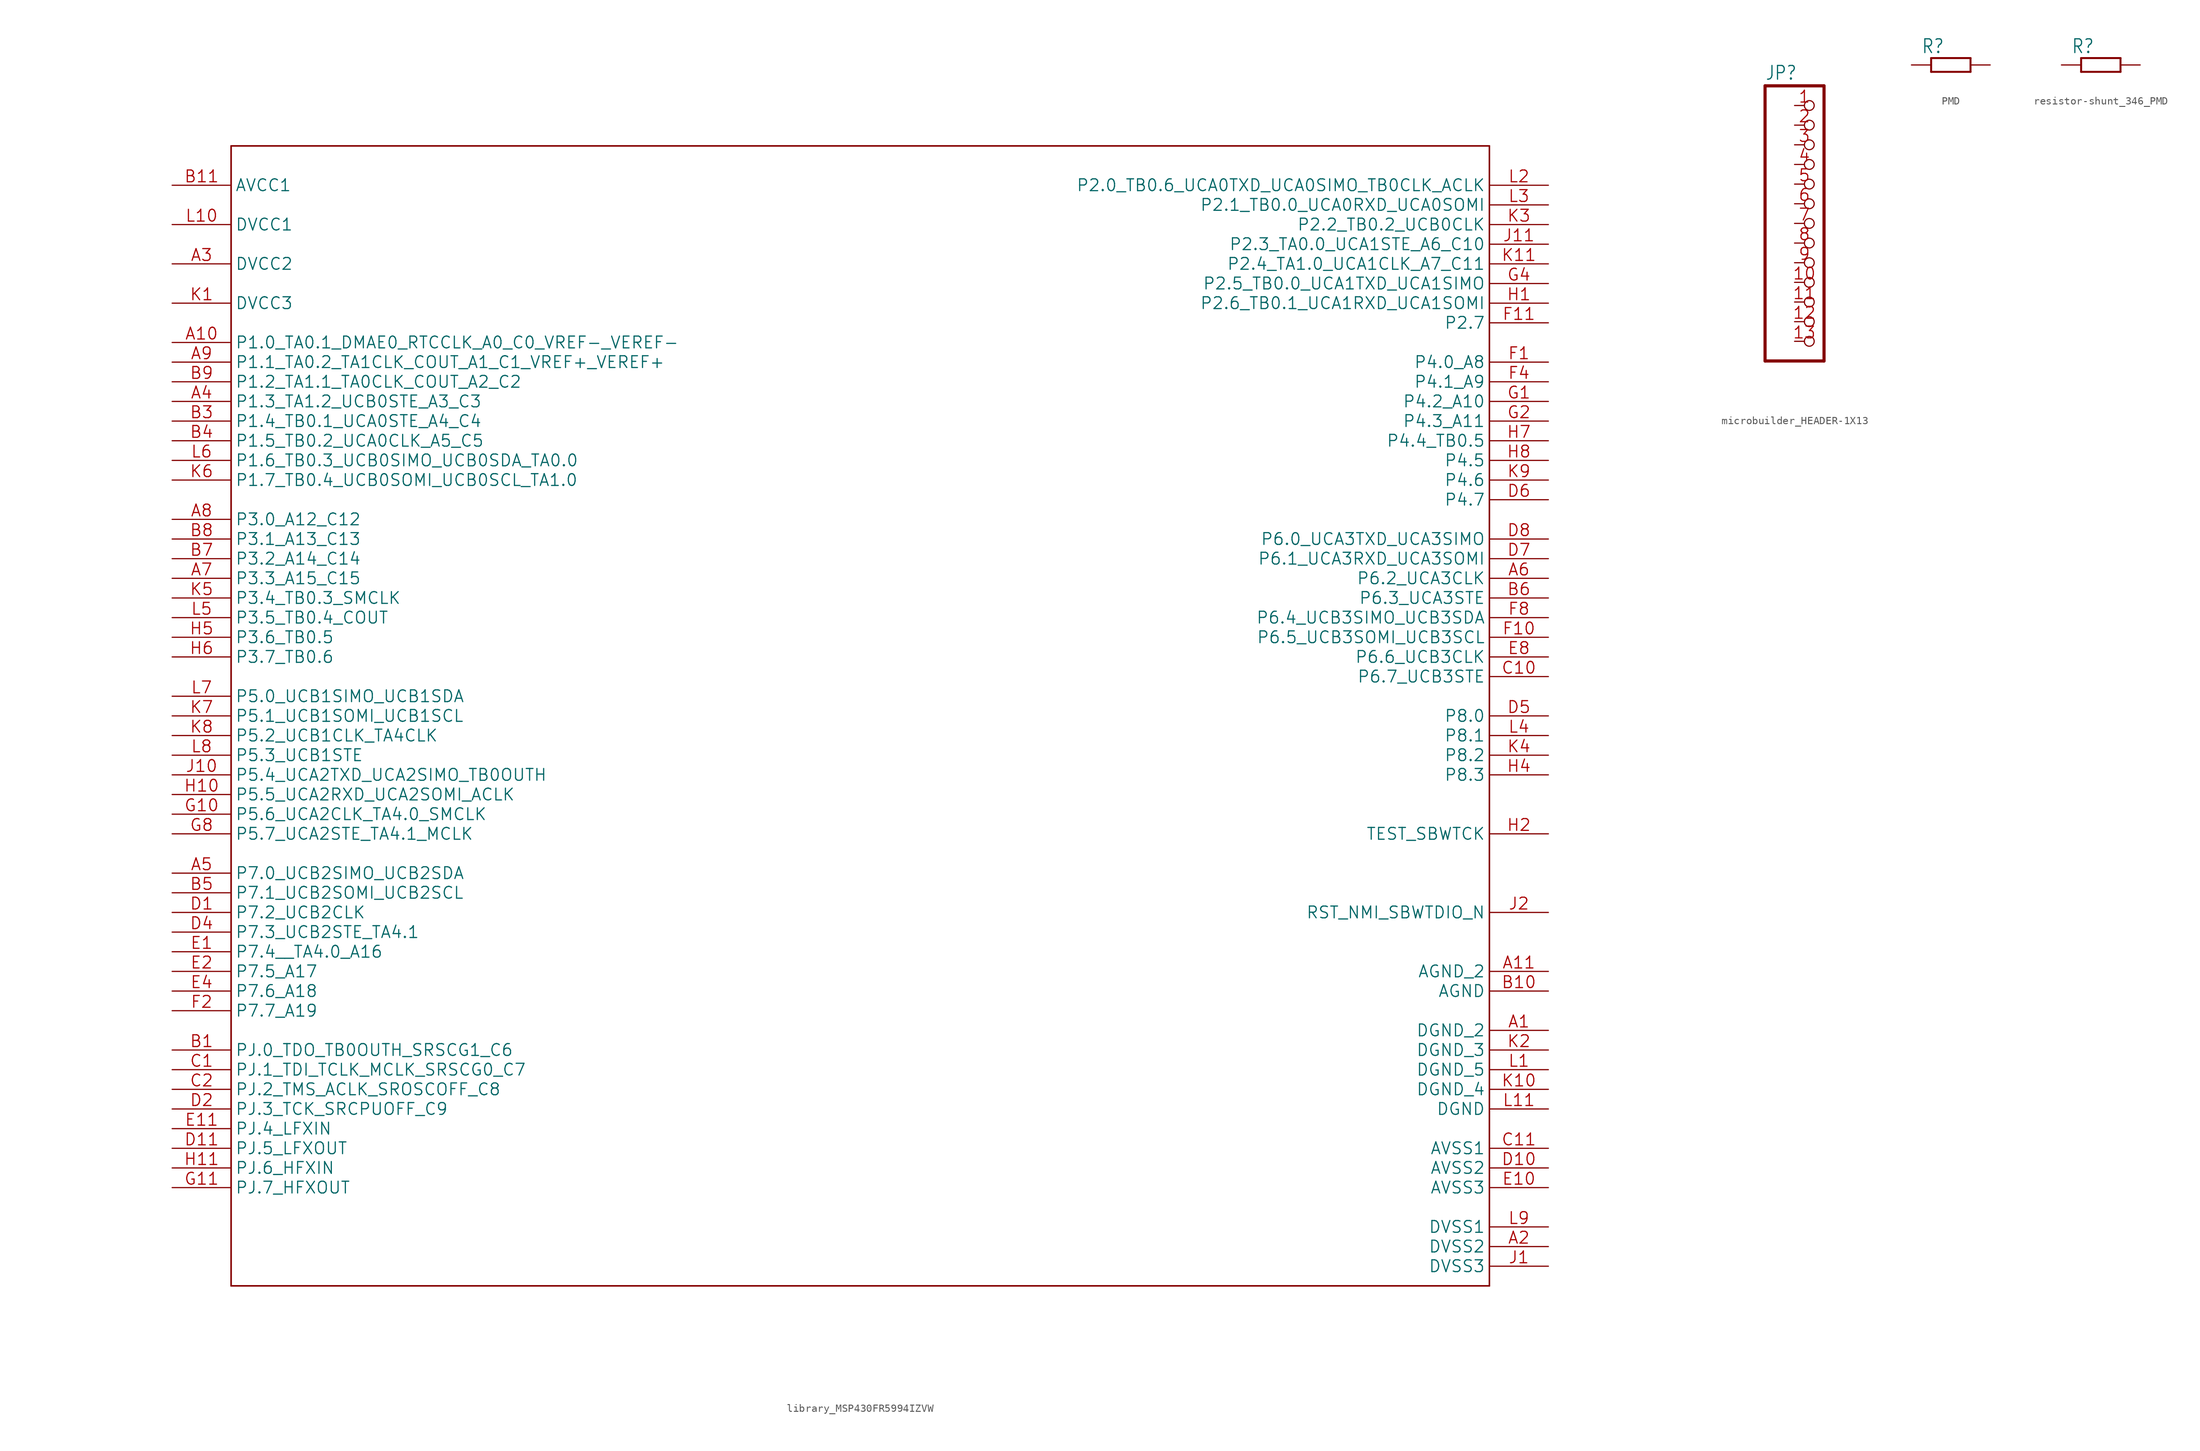
<source format=kicad_sym>
(kicad_symbol_lib
  (version 20241209)
  (generator "kicad_symbol_editor")
  (generator_version "9.0")
  (symbol "library_MSP430FR5994IZVW"
    (property "Reference" "U"
      (at -4.724 1.499 0)
      (effects (font (size 2.083 1.77)) (justify left bottom) (hide yes)))
    (property "ki_locked" ""
      (at 0 0 0)
      (effects (font (size 1.27 1.27))))
    (symbol "library_MSP430FR5994IZVW_1_0"
      (polyline (pts (xy -81.28 73.66) (xy -81.28 -73.66)) (stroke (width 0.203) (type solid)) (fill (type none)))
      (polyline (pts (xy -81.28 -73.66) (xy 81.28 -73.66)) (stroke (width 0.203) (type solid)) (fill (type none)))
      (polyline (pts (xy 81.28 73.66) (xy -81.28 73.66)) (stroke (width 0.203) (type solid)) (fill (type none)))
      (polyline (pts (xy 81.28 -73.66) (xy 81.28 73.66)) (stroke (width 0.203) (type solid)) (fill (type none)))
      (pin power_in line (at -88.9 68.58 0) (length 7.62) (name "AVCC1" (effects (font (size 1.524 1.524)))) (number "B11" (effects (font (size 1.524 1.524)))))
      (pin power_in line (at -88.9 63.5 0) (length 7.62) (name "DVCC1" (effects (font (size 1.524 1.524)))) (number "L10" (effects (font (size 1.524 1.524)))))
      (pin power_in line (at -88.9 58.42 0) (length 7.62) (name "DVCC2" (effects (font (size 1.524 1.524)))) (number "A3" (effects (font (size 1.524 1.524)))))
      (pin power_in line (at -88.9 53.34 0) (length 7.62) (name "DVCC3" (effects (font (size 1.524 1.524)))) (number "K1" (effects (font (size 1.524 1.524)))))
      (pin bidirectional line (at -88.9 48.26 0) (length 7.62) (name "P1.0_TA0.1_DMAE0_RTCCLK_A0_C0_VREF-_VEREF-" (effects (font (size 1.524 1.524)))) (number "A10" (effects (font (size 1.524 1.524)))))
      (pin bidirectional line (at -88.9 45.72 0) (length 7.62) (name "P1.1_TA0.2_TA1CLK_COUT_A1_C1_VREF+_VEREF+" (effects (font (size 1.524 1.524)))) (number "A9" (effects (font (size 1.524 1.524)))))
      (pin bidirectional line (at -88.9 43.18 0) (length 7.62) (name "P1.2_TA1.1_TA0CLK_COUT_A2_C2" (effects (font (size 1.524 1.524)))) (number "B9" (effects (font (size 1.524 1.524)))))
      (pin bidirectional line (at -88.9 40.64 0) (length 7.62) (name "P1.3_TA1.2_UCB0STE_A3_C3" (effects (font (size 1.524 1.524)))) (number "A4" (effects (font (size 1.524 1.524)))))
      (pin bidirectional line (at -88.9 38.1 0) (length 7.62) (name "P1.4_TB0.1_UCA0STE_A4_C4" (effects (font (size 1.524 1.524)))) (number "B3" (effects (font (size 1.524 1.524)))))
      (pin bidirectional line (at -88.9 35.56 0) (length 7.62) (name "P1.5_TB0.2_UCA0CLK_A5_C5" (effects (font (size 1.524 1.524)))) (number "B4" (effects (font (size 1.524 1.524)))))
      (pin bidirectional line (at -88.9 33.02 0) (length 7.62) (name "P1.6_TB0.3_UCB0SIMO_UCB0SDA_TA0.0" (effects (font (size 1.524 1.524)))) (number "L6" (effects (font (size 1.524 1.524)))))
      (pin bidirectional line (at -88.9 30.48 0) (length 7.62) (name "P1.7_TB0.4_UCB0SOMI_UCB0SCL_TA1.0" (effects (font (size 1.524 1.524)))) (number "K6" (effects (font (size 1.524 1.524)))))
      (pin bidirectional line (at -88.9 25.4 0) (length 7.62) (name "P3.0_A12_C12" (effects (font (size 1.524 1.524)))) (number "A8" (effects (font (size 1.524 1.524)))))
      (pin bidirectional line (at -88.9 22.86 0) (length 7.62) (name "P3.1_A13_C13" (effects (font (size 1.524 1.524)))) (number "B8" (effects (font (size 1.524 1.524)))))
      (pin bidirectional line (at -88.9 20.32 0) (length 7.62) (name "P3.2_A14_C14" (effects (font (size 1.524 1.524)))) (number "B7" (effects (font (size 1.524 1.524)))))
      (pin bidirectional line (at -88.9 17.78 0) (length 7.62) (name "P3.3_A15_C15" (effects (font (size 1.524 1.524)))) (number "A7" (effects (font (size 1.524 1.524)))))
      (pin bidirectional line (at -88.9 15.24 0) (length 7.62) (name "P3.4_TB0.3_SMCLK" (effects (font (size 1.524 1.524)))) (number "K5" (effects (font (size 1.524 1.524)))))
      (pin bidirectional line (at -88.9 12.7 0) (length 7.62) (name "P3.5_TB0.4_COUT" (effects (font (size 1.524 1.524)))) (number "L5" (effects (font (size 1.524 1.524)))))
      (pin bidirectional line (at -88.9 10.16 0) (length 7.62) (name "P3.6_TB0.5" (effects (font (size 1.524 1.524)))) (number "H5" (effects (font (size 1.524 1.524)))))
      (pin bidirectional line (at -88.9 7.62 0) (length 7.62) (name "P3.7_TB0.6" (effects (font (size 1.524 1.524)))) (number "H6" (effects (font (size 1.524 1.524)))))
      (pin bidirectional line (at -88.9 2.54 0) (length 7.62) (name "P5.0_UCB1SIMO_UCB1SDA" (effects (font (size 1.524 1.524)))) (number "L7" (effects (font (size 1.524 1.524)))))
      (pin bidirectional line (at -88.9 0 0) (length 7.62) (name "P5.1_UCB1SOMI_UCB1SCL" (effects (font (size 1.524 1.524)))) (number "K7" (effects (font (size 1.524 1.524)))))
      (pin bidirectional line (at -88.9 -2.54 0) (length 7.62) (name "P5.2_UCB1CLK_TA4CLK" (effects (font (size 1.524 1.524)))) (number "K8" (effects (font (size 1.524 1.524)))))
      (pin bidirectional line (at -88.9 -5.08 0) (length 7.62) (name "P5.3_UCB1STE" (effects (font (size 1.524 1.524)))) (number "L8" (effects (font (size 1.524 1.524)))))
      (pin bidirectional line (at -88.9 -7.62 0) (length 7.62) (name "P5.4_UCA2TXD_UCA2SIMO_TB0OUTH" (effects (font (size 1.524 1.524)))) (number "J10" (effects (font (size 1.524 1.524)))))
      (pin bidirectional line (at -88.9 -10.16 0) (length 7.62) (name "P5.5_UCA2RXD_UCA2SOMI_ACLK" (effects (font (size 1.524 1.524)))) (number "H10" (effects (font (size 1.524 1.524)))))
      (pin bidirectional line (at -88.9 -12.7 0) (length 7.62) (name "P5.6_UCA2CLK_TA4.0_SMCLK" (effects (font (size 1.524 1.524)))) (number "G10" (effects (font (size 1.524 1.524)))))
      (pin bidirectional line (at -88.9 -15.24 0) (length 7.62) (name "P5.7_UCA2STE_TA4.1_MCLK" (effects (font (size 1.524 1.524)))) (number "G8" (effects (font (size 1.524 1.524)))))
      (pin bidirectional line (at -88.9 -20.32 0) (length 7.62) (name "P7.0_UCB2SIMO_UCB2SDA" (effects (font (size 1.524 1.524)))) (number "A5" (effects (font (size 1.524 1.524)))))
      (pin bidirectional line (at -88.9 -22.86 0) (length 7.62) (name "P7.1_UCB2SOMI_UCB2SCL" (effects (font (size 1.524 1.524)))) (number "B5" (effects (font (size 1.524 1.524)))))
      (pin bidirectional line (at -88.9 -25.4 0) (length 7.62) (name "P7.2_UCB2CLK" (effects (font (size 1.524 1.524)))) (number "D1" (effects (font (size 1.524 1.524)))))
      (pin bidirectional line (at -88.9 -27.94 0) (length 7.62) (name "P7.3_UCB2STE_TA4.1" (effects (font (size 1.524 1.524)))) (number "D4" (effects (font (size 1.524 1.524)))))
      (pin bidirectional line (at -88.9 -30.48 0) (length 7.62) (name "P7.4__TA4.0_A16" (effects (font (size 1.524 1.524)))) (number "E1" (effects (font (size 1.524 1.524)))))
      (pin bidirectional line (at -88.9 -33.02 0) (length 7.62) (name "P7.5_A17" (effects (font (size 1.524 1.524)))) (number "E2" (effects (font (size 1.524 1.524)))))
      (pin bidirectional line (at -88.9 -35.56 0) (length 7.62) (name "P7.6_A18" (effects (font (size 1.524 1.524)))) (number "E4" (effects (font (size 1.524 1.524)))))
      (pin bidirectional line (at -88.9 -38.1 0) (length 7.62) (name "P7.7_A19" (effects (font (size 1.524 1.524)))) (number "F2" (effects (font (size 1.524 1.524)))))
      (pin bidirectional line (at -88.9 -43.18 0) (length 7.62) (name "PJ.0_TDO_TB0OUTH_SRSCG1_C6" (effects (font (size 1.524 1.524)))) (number "B1" (effects (font (size 1.524 1.524)))))
      (pin bidirectional line (at -88.9 -45.72 0) (length 7.62) (name "PJ.1_TDI_TCLK_MCLK_SRSCG0_C7" (effects (font (size 1.524 1.524)))) (number "C1" (effects (font (size 1.524 1.524)))))
      (pin bidirectional line (at -88.9 -48.26 0) (length 7.62) (name "PJ.2_TMS_ACLK_SROSCOFF_C8" (effects (font (size 1.524 1.524)))) (number "C2" (effects (font (size 1.524 1.524)))))
      (pin bidirectional line (at -88.9 -50.8 0) (length 7.62) (name "PJ.3_TCK_SRCPUOFF_C9" (effects (font (size 1.524 1.524)))) (number "D2" (effects (font (size 1.524 1.524)))))
      (pin bidirectional line (at -88.9 -53.34 0) (length 7.62) (name "PJ.4_LFXIN" (effects (font (size 1.524 1.524)))) (number "E11" (effects (font (size 1.524 1.524)))))
      (pin bidirectional line (at -88.9 -55.88 0) (length 7.62) (name "PJ.5_LFXOUT" (effects (font (size 1.524 1.524)))) (number "D11" (effects (font (size 1.524 1.524)))))
      (pin bidirectional line (at -88.9 -58.42 0) (length 7.62) (name "PJ.6_HFXIN" (effects (font (size 1.524 1.524)))) (number "H11" (effects (font (size 1.524 1.524)))))
      (pin bidirectional line (at -88.9 -60.96 0) (length 7.62) (name "PJ.7_HFXOUT" (effects (font (size 1.524 1.524)))) (number "G11" (effects (font (size 1.524 1.524)))))
      (pin bidirectional line (at 88.9 68.58 180) (length 7.62) (name "P2.0_TB0.6_UCA0TXD_UCA0SIMO_TB0CLK_ACLK" (effects (font (size 1.524 1.524)))) (number "L2" (effects (font (size 1.524 1.524)))))
      (pin bidirectional line (at 88.9 66.04 180) (length 7.62) (name "P2.1_TB0.0_UCA0RXD_UCA0SOMI" (effects (font (size 1.524 1.524)))) (number "L3" (effects (font (size 1.524 1.524)))))
      (pin bidirectional line (at 88.9 63.5 180) (length 7.62) (name "P2.2_TB0.2_UCB0CLK" (effects (font (size 1.524 1.524)))) (number "K3" (effects (font (size 1.524 1.524)))))
      (pin bidirectional line (at 88.9 60.96 180) (length 7.62) (name "P2.3_TA0.0_UCA1STE_A6_C10" (effects (font (size 1.524 1.524)))) (number "J11" (effects (font (size 1.524 1.524)))))
      (pin bidirectional line (at 88.9 58.42 180) (length 7.62) (name "P2.4_TA1.0_UCA1CLK_A7_C11" (effects (font (size 1.524 1.524)))) (number "K11" (effects (font (size 1.524 1.524)))))
      (pin bidirectional line (at 88.9 55.88 180) (length 7.62) (name "P2.5_TB0.0_UCA1TXD_UCA1SIMO" (effects (font (size 1.524 1.524)))) (number "G4" (effects (font (size 1.524 1.524)))))
      (pin bidirectional line (at 88.9 53.34 180) (length 7.62) (name "P2.6_TB0.1_UCA1RXD_UCA1SOMI" (effects (font (size 1.524 1.524)))) (number "H1" (effects (font (size 1.524 1.524)))))
      (pin bidirectional line (at 88.9 50.8 180) (length 7.62) (name "P2.7" (effects (font (size 1.524 1.524)))) (number "F11" (effects (font (size 1.524 1.524)))))
      (pin bidirectional line (at 88.9 45.72 180) (length 7.62) (name "P4.0_A8" (effects (font (size 1.524 1.524)))) (number "F1" (effects (font (size 1.524 1.524)))))
      (pin bidirectional line (at 88.9 43.18 180) (length 7.62) (name "P4.1_A9" (effects (font (size 1.524 1.524)))) (number "F4" (effects (font (size 1.524 1.524)))))
      (pin bidirectional line (at 88.9 40.64 180) (length 7.62) (name "P4.2_A10" (effects (font (size 1.524 1.524)))) (number "G1" (effects (font (size 1.524 1.524)))))
      (pin bidirectional line (at 88.9 38.1 180) (length 7.62) (name "P4.3_A11" (effects (font (size 1.524 1.524)))) (number "G2" (effects (font (size 1.524 1.524)))))
      (pin bidirectional line (at 88.9 35.56 180) (length 7.62) (name "P4.4_TB0.5" (effects (font (size 1.524 1.524)))) (number "H7" (effects (font (size 1.524 1.524)))))
      (pin bidirectional line (at 88.9 33.02 180) (length 7.62) (name "P4.5" (effects (font (size 1.524 1.524)))) (number "H8" (effects (font (size 1.524 1.524)))))
      (pin bidirectional line (at 88.9 30.48 180) (length 7.62) (name "P4.6" (effects (font (size 1.524 1.524)))) (number "K9" (effects (font (size 1.524 1.524)))))
      (pin bidirectional line (at 88.9 27.94 180) (length 7.62) (name "P4.7" (effects (font (size 1.524 1.524)))) (number "D6" (effects (font (size 1.524 1.524)))))
      (pin bidirectional line (at 88.9 22.86 180) (length 7.62) (name "P6.0_UCA3TXD_UCA3SIMO" (effects (font (size 1.524 1.524)))) (number "D8" (effects (font (size 1.524 1.524)))))
      (pin bidirectional line (at 88.9 20.32 180) (length 7.62) (name "P6.1_UCA3RXD_UCA3SOMI" (effects (font (size 1.524 1.524)))) (number "D7" (effects (font (size 1.524 1.524)))))
      (pin bidirectional line (at 88.9 17.78 180) (length 7.62) (name "P6.2_UCA3CLK" (effects (font (size 1.524 1.524)))) (number "A6" (effects (font (size 1.524 1.524)))))
      (pin bidirectional line (at 88.9 15.24 180) (length 7.62) (name "P6.3_UCA3STE" (effects (font (size 1.524 1.524)))) (number "B6" (effects (font (size 1.524 1.524)))))
      (pin bidirectional line (at 88.9 12.7 180) (length 7.62) (name "P6.4_UCB3SIMO_UCB3SDA" (effects (font (size 1.524 1.524)))) (number "F8" (effects (font (size 1.524 1.524)))))
      (pin bidirectional line (at 88.9 10.16 180) (length 7.62) (name "P6.5_UCB3SOMI_UCB3SCL" (effects (font (size 1.524 1.524)))) (number "F10" (effects (font (size 1.524 1.524)))))
      (pin bidirectional line (at 88.9 7.62 180) (length 7.62) (name "P6.6_UCB3CLK" (effects (font (size 1.524 1.524)))) (number "E8" (effects (font (size 1.524 1.524)))))
      (pin bidirectional line (at 88.9 5.08 180) (length 7.62) (name "P6.7_UCB3STE" (effects (font (size 1.524 1.524)))) (number "C10" (effects (font (size 1.524 1.524)))))
      (pin bidirectional line (at 88.9 0 180) (length 7.62) (name "P8.0" (effects (font (size 1.524 1.524)))) (number "D5" (effects (font (size 1.524 1.524)))))
      (pin bidirectional line (at 88.9 -2.54 180) (length 7.62) (name "P8.1" (effects (font (size 1.524 1.524)))) (number "L4" (effects (font (size 1.524 1.524)))))
      (pin bidirectional line (at 88.9 -5.08 180) (length 7.62) (name "P8.2" (effects (font (size 1.524 1.524)))) (number "K4" (effects (font (size 1.524 1.524)))))
      (pin bidirectional line (at 88.9 -7.62 180) (length 7.62) (name "P8.3" (effects (font (size 1.524 1.524)))) (number "H4" (effects (font (size 1.524 1.524)))))
      (pin input line (at 88.9 -15.24 180) (length 7.62) (name "TEST_SBWTCK" (effects (font (size 1.524 1.524)))) (number "H2" (effects (font (size 1.524 1.524)))))
      (pin bidirectional line (at 88.9 -25.4 180) (length 7.62) (name "RST_NMI_SBWTDIO_N" (effects (font (size 1.524 1.524)))) (number "J2" (effects (font (size 1.524 1.524)))))
      (pin power_in line (at 88.9 -33.02 180) (length 7.62) (name "AGND_2" (effects (font (size 1.524 1.524)))) (number "A11" (effects (font (size 1.524 1.524)))))
      (pin power_in line (at 88.9 -35.56 180) (length 7.62) (name "AGND" (effects (font (size 1.524 1.524)))) (number "B10" (effects (font (size 1.524 1.524)))))
      (pin power_in line (at 88.9 -40.64 180) (length 7.62) (name "DGND_2" (effects (font (size 1.524 1.524)))) (number "A1" (effects (font (size 1.524 1.524)))))
      (pin power_in line (at 88.9 -43.18 180) (length 7.62) (name "DGND_3" (effects (font (size 1.524 1.524)))) (number "K2" (effects (font (size 1.524 1.524)))))
      (pin power_in line (at 88.9 -45.72 180) (length 7.62) (name "DGND_5" (effects (font (size 1.524 1.524)))) (number "L1" (effects (font (size 1.524 1.524)))))
      (pin power_in line (at 88.9 -48.26 180) (length 7.62) (name "DGND_4" (effects (font (size 1.524 1.524)))) (number "K10" (effects (font (size 1.524 1.524)))))
      (pin power_in line (at 88.9 -50.8 180) (length 7.62) (name "DGND" (effects (font (size 1.524 1.524)))) (number "L11" (effects (font (size 1.524 1.524)))))
      (pin power_in line (at 88.9 -55.88 180) (length 7.62) (name "AVSS1" (effects (font (size 1.524 1.524)))) (number "C11" (effects (font (size 1.524 1.524)))))
      (pin power_in line (at 88.9 -58.42 180) (length 7.62) (name "AVSS2" (effects (font (size 1.524 1.524)))) (number "D10" (effects (font (size 1.524 1.524)))))
      (pin power_in line (at 88.9 -60.96 180) (length 7.62) (name "AVSS3" (effects (font (size 1.524 1.524)))) (number "E10" (effects (font (size 1.524 1.524)))))
      (pin power_in line (at 88.9 -66.04 180) (length 7.62) (name "DVSS1" (effects (font (size 1.524 1.524)))) (number "L9" (effects (font (size 1.524 1.524)))))
      (pin power_in line (at 88.9 -68.58 180) (length 7.62) (name "DVSS2" (effects (font (size 1.524 1.524)))) (number "A2" (effects (font (size 1.524 1.524)))))
      (pin power_in line (at 88.9 -71.12 180) (length 7.62) (name "DVSS3" (effects (font (size 1.524 1.524)))) (number "J1" (effects (font (size 1.524 1.524)))))))
  (symbol "microbuilder_HEADER-1X13"
    (property "Reference" "JP"
      (at -6.35 18.415 0)
      (effects (font (size 1.778 1.511)) (justify left bottom)))
    (property "Value" ""
      (at -6.35 -20.32 0)
      (effects (font (size 1.778 1.511)) (justify left bottom)))
    (property "ki_locked" ""
      (at 0 0 0)
      (effects (font (size 1.27 1.27))))
    (symbol "microbuilder_HEADER-1X13_1_0"
      (polyline (pts (xy -6.35 17.78) (xy -6.35 -17.78)) (stroke (width 0.406) (type solid)) (fill (type none)))
      (polyline (pts (xy -6.35 -17.78) (xy 1.27 -17.78)) (stroke (width 0.406) (type solid)) (fill (type none)))
      (polyline (pts (xy 1.27 17.78) (xy -6.35 17.78)) (stroke (width 0.406) (type solid)) (fill (type none)))
      (polyline (pts (xy 1.27 -17.78) (xy 1.27 17.78)) (stroke (width 0.406) (type solid)) (fill (type none)))
      (pin passive inverted (at -2.54 15.24 0) (length 2.54) (name "1" (effects (font (size 0 0)))) (number "1" (effects (font (size 1.524 1.524)))))
      (pin passive inverted (at -2.54 12.7 0) (length 2.54) (name "2" (effects (font (size 0 0)))) (number "2" (effects (font (size 1.524 1.524)))))
      (pin passive inverted (at -2.54 10.16 0) (length 2.54) (name "3" (effects (font (size 0 0)))) (number "3" (effects (font (size 1.524 1.524)))))
      (pin passive inverted (at -2.54 7.62 0) (length 2.54) (name "4" (effects (font (size 0 0)))) (number "4" (effects (font (size 1.524 1.524)))))
      (pin passive inverted (at -2.54 5.08 0) (length 2.54) (name "5" (effects (font (size 0 0)))) (number "5" (effects (font (size 1.524 1.524)))))
      (pin passive inverted (at -2.54 2.54 0) (length 2.54) (name "6" (effects (font (size 0 0)))) (number "6" (effects (font (size 1.524 1.524)))))
      (pin passive inverted (at -2.54 0 0) (length 2.54) (name "7" (effects (font (size 0 0)))) (number "7" (effects (font (size 1.524 1.524)))))
      (pin passive inverted (at -2.54 -2.54 0) (length 2.54) (name "8" (effects (font (size 0 0)))) (number "8" (effects (font (size 1.524 1.524)))))
      (pin passive inverted (at -2.54 -5.08 0) (length 2.54) (name "9" (effects (font (size 0 0)))) (number "9" (effects (font (size 1.524 1.524)))))
      (pin passive inverted (at -2.54 -7.62 0) (length 2.54) (name "10" (effects (font (size 0 0)))) (number "10" (effects (font (size 1.524 1.524)))))
      (pin passive inverted (at -2.54 -10.16 0) (length 2.54) (name "11" (effects (font (size 0 0)))) (number "11" (effects (font (size 1.524 1.524)))))
      (pin passive inverted (at -2.54 -12.7 0) (length 2.54) (name "12" (effects (font (size 0 0)))) (number "12" (effects (font (size 1.524 1.524)))))
      (pin passive inverted (at -2.54 -15.24 0) (length 2.54) (name "13" (effects (font (size 0 0)))) (number "13" (effects (font (size 1.524 1.524)))))))
  (symbol "PMD"
    (property "Reference" "R"
      (at -3.81 1.372 0)
      (effects (font (size 1.778 1.511)) (justify left bottom)))
    (property "Value" ""
      (at -3.81 -2.921 0)
      (effects (font (size 1.778 1.511)) (justify left bottom)))
    (property "ki_locked" ""
      (at 0 0 0)
      (effects (font (size 1.27 1.27))))
    (symbol "PMD_1_0"
      (polyline (pts (xy -2.54 0.889) (xy -2.54 -0.889)) (stroke (width 0.254) (type solid)) (fill (type none)))
      (polyline (pts (xy -2.54 -0.889) (xy 2.54 -0.889)) (stroke (width 0.254) (type solid)) (fill (type none)))
      (polyline (pts (xy 2.54 0.889) (xy -2.54 0.889)) (stroke (width 0.254) (type solid)) (fill (type none)))
      (polyline (pts (xy 2.54 0.889) (xy 2.54 -0.889)) (stroke (width 0.254) (type solid)) (fill (type none)))
      (pin passive line (at -5.08 0 0) (length 2.54) (name "2" (effects (font (size 0 0)))) (number "2" (effects (font (size 0 0)))))
      (pin passive line (at 5.08 0 180) (length 2.54) (name "1" (effects (font (size 0 0)))) (number "1" (effects (font (size 0 0)))))))
  (symbol "resistor-shunt_346_PMD"
    (property "Reference" "R"
      (at -3.81 1.372 0)
      (effects (font (size 1.778 1.511)) (justify left bottom)))
    (property "Value" ""
      (at -3.81 -2.921 0)
      (effects (font (size 1.778 1.511)) (justify left bottom)))
    (property "ki_locked" ""
      (at 0 0 0)
      (effects (font (size 1.27 1.27))))
    (symbol "resistor-shunt_346_PMD_1_0"
      (polyline (pts (xy -2.54 0.889) (xy -2.54 -0.889)) (stroke (width 0.254) (type solid)) (fill (type none)))
      (polyline (pts (xy -2.54 -0.889) (xy 2.54 -0.889)) (stroke (width 0.254) (type solid)) (fill (type none)))
      (polyline (pts (xy 2.54 0.889) (xy -2.54 0.889)) (stroke (width 0.254) (type solid)) (fill (type none)))
      (polyline (pts (xy 2.54 0.889) (xy 2.54 -0.889)) (stroke (width 0.254) (type solid)) (fill (type none)))
      (pin passive line (at -5.08 0 0) (length 2.54) (name "2" (effects (font (size 0 0)))) (number "2" (effects (font (size 0 0)))))
      (pin passive line (at 5.08 0 180) (length 2.54) (name "1" (effects (font (size 0 0)))) (number "1" (effects (font (size 0 0))))))))
</source>
